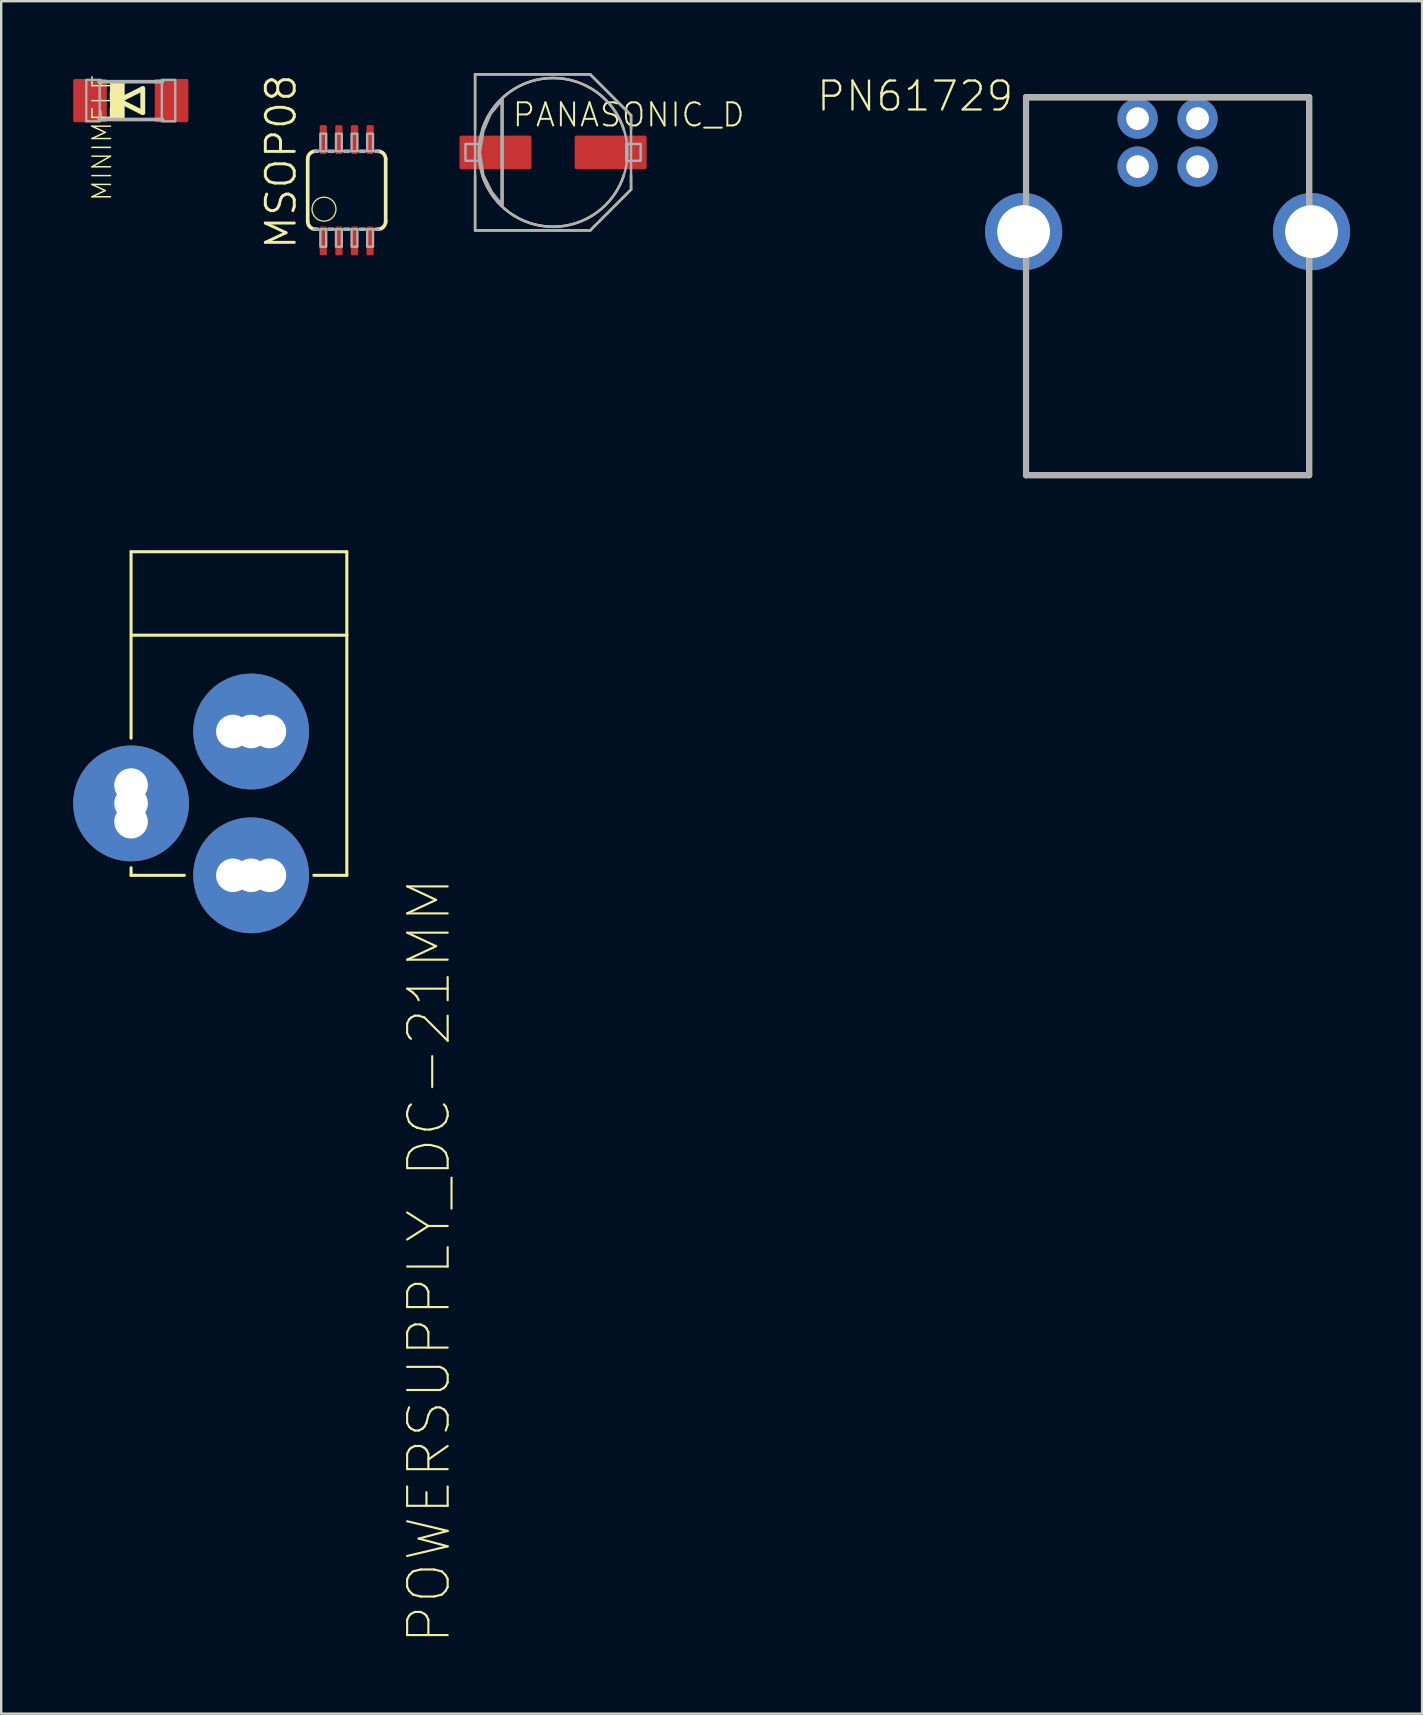
<source format=kicad_pcb>
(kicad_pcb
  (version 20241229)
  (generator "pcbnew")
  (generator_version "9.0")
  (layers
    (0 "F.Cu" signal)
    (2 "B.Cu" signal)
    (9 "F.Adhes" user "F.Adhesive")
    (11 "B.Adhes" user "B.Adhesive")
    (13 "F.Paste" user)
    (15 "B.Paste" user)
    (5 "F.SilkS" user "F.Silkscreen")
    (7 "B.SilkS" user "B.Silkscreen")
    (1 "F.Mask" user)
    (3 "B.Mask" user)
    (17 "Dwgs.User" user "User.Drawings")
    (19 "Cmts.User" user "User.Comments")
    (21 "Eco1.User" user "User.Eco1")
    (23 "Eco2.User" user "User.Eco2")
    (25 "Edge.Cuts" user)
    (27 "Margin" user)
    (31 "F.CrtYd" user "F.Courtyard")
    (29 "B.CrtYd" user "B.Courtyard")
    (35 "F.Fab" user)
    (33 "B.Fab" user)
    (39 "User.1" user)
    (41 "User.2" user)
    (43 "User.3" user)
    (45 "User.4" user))
  (footprint "PANASONIC_D"
    (layer "F.Cu")
    (at 20.001 3.301)
    (property "Reference" "PANASONIC_D" (at -1.75 -1 0) (layer "F.SilkS") (effects (font (size 0.965 0.965) (thickness 0.081)) (justify left bottom)))
    (attr through_hole)
    (fp_line (start -3.25 -3.25) (end 1.55 -3.25) (stroke (width 0.102) (type solid)) (layer "F.SilkS"))
    (fp_line (start -3.25 -0.95) (end -3.25 -3.25) (stroke (width 0.102) (type solid)) (layer "F.SilkS"))
    (fp_line (start -3.25 3.25) (end -3.25 0.95) (stroke (width 0.102) (type solid)) (layer "F.SilkS"))
    (fp_line (start 1.55 -3.25) (end 3.25 -1.55) (stroke (width 0.102) (type solid)) (layer "F.SilkS"))
    (fp_line (start 1.55 3.25) (end -3.25 3.25) (stroke (width 0.102) (type solid)) (layer "F.SilkS"))
    (fp_line (start 3.25 -1.55) (end 3.25 -0.95) (stroke (width 0.102) (type solid)) (layer "F.SilkS"))
    (fp_line (start 3.25 0.95) (end 3.25 1.55) (stroke (width 0.102) (type solid)) (layer "F.SilkS"))
    (fp_line (start 3.25 1.55) (end 1.55 3.25) (stroke (width 0.102) (type solid)) (layer "F.SilkS"))
    (fp_arc (start -2.95 -0.95) (mid 0 -3.099193) (end 2.95 -0.95) (stroke (width 0.1016) (type solid)) (layer "F.SilkS"))
    (fp_arc (start 2.95 0.95) (mid 0 3.099193) (end -2.95 0.95) (stroke (width 0.1016) (type solid)) (layer "F.SilkS"))
    (fp_line (start -3.25 -3.25) (end 1.55 -3.25) (stroke (width 0.102) (type solid)) (layer "F.Fab"))
    (fp_line (start -3.25 3.25) (end -3.25 -3.25) (stroke (width 0.102) (type solid)) (layer "F.Fab"))
    (fp_line (start -2.1 -2.25) (end -2.1 2.2) (stroke (width 0.102) (type solid)) (layer "F.Fab"))
    (fp_line (start 1.55 -3.25) (end 3.25 -1.55) (stroke (width 0.102) (type solid)) (layer "F.Fab"))
    (fp_line (start 1.55 3.25) (end -3.25 3.25) (stroke (width 0.102) (type solid)) (layer "F.Fab"))
    (fp_line (start 3.25 -1.55) (end 3.25 1.55) (stroke (width 0.102) (type solid)) (layer "F.Fab"))
    (fp_line (start 3.25 1.55) (end 1.55 3.25) (stroke (width 0.102) (type solid)) (layer "F.Fab"))
    (fp_circle (center 0 0) (end 3.1 0) (stroke (width 0.102) (type solid)) (fill no) (layer "F.Fab"))
    (fp_poly (pts (xy -3.65 0.35) (xy -3.05 0.35) (xy -3.05 -0.35) (xy -3.65 -0.35)) (stroke (width 0.1) (type solid)) (fill no) (layer "F.Fab"))
    (fp_poly (pts (xy 3.05 0.35) (xy 3.65 0.35) (xy 3.65 -0.35) (xy 3.05 -0.35)) (stroke (width 0.1) (type solid)) (fill no) (layer "F.Fab"))
    (fp_poly (pts (xy -2.15 -2.15) (xy -2.6 -1.6) (xy -2.9 -0.9) (xy -3.05 0) (xy -2.9 0.95) (xy -2.55 1.65) (xy -2.15 2.15) (xy -2.15 -2.1)) (stroke (width 0.1) (type solid)) (fill no) (layer "F.Fab"))
    (pad "+" smd roundrect (at 2.4 0) (size 3 1.4) (layers "F.Cu" "F.Mask" "F.Paste") (roundrect_rratio 0.05))
    (pad "-" smd roundrect (at -2.4 0) (size 3 1.4) (layers "F.Cu" "F.Mask" "F.Paste") (roundrect_rratio 0.05)))
  (footprint "POWERSUPPLY_DC-21MM"
    (layer "F.Cu")
    (at 7.493 27.082)
    (property "Reference" "POWERSUPPLY_DC-21MM" (at 6.35 6.35 90) (layer "F.SilkS") (effects (font (size 1.689 1.689) (thickness 0.089)) (justify right top)))
    (attr through_hole)
    (fp_line (start -5.08 -7.137) (end -5.08 0.635) (stroke (width 0.127) (type solid)) (layer "F.SilkS"))
    (fp_line (start -5.08 6.35) (end -5.08 6.032) (stroke (width 0.127) (type solid)) (layer "F.SilkS"))
    (fp_line (start -5.055 -3.658) (end 3.912 -3.658) (stroke (width 0.127) (type solid)) (layer "F.SilkS"))
    (fp_line (start -2.857 6.35) (end -5.08 6.35) (stroke (width 0.127) (type solid)) (layer "F.SilkS"))
    (fp_line (start 2.54 6.35) (end 3.912 6.35) (stroke (width 0.127) (type solid)) (layer "F.SilkS"))
    (fp_line (start 3.912 -7.137) (end -5.08 -7.137) (stroke (width 0.127) (type solid)) (layer "F.SilkS"))
    (fp_line (start 3.912 -3.658) (end 3.912 -7.137) (stroke (width 0.127) (type solid)) (layer "F.SilkS"))
    (fp_line (start 3.912 6.35) (end 3.912 -3.658) (stroke (width 0.127) (type solid)) (layer "F.SilkS"))
    (pad "1" thru_hole circle (at -5.08 3.353) (size 4.826 4.826) (drill 1.4) (layers "*.Cu" "*.Mask"))
    (pad "2" thru_hole circle (at -0.076 6.35) (size 4.826 4.826) (drill 1.4) (layers "*.Cu" "*.Mask"))
    (pad "3" thru_hole circle (at -0.076 0.356) (size 4.826 4.826) (drill 1.4) (layers "*.Cu" "*.Mask"))
    (pad "4" thru_hole circle (at -5.08 4.115) (size 2.1 2.1) (drill 1.4) (layers "*.Cu" "*.Mask"))
    (pad "5" thru_hole circle (at -5.08 2.591) (size 2.1 2.1) (drill 1.4) (layers "*.Cu" "*.Mask"))
    (pad "6" thru_hole circle (at -0.838 0.356) (size 2.1 2.1) (drill 1.4) (layers "*.Cu" "*.Mask"))
    (pad "7" thru_hole circle (at 0.686 0.356) (size 2.1 2.1) (drill 1.4) (layers "*.Cu" "*.Mask"))
    (pad "8" thru_hole circle (at -0.838 6.35) (size 2.1 2.1) (drill 1.4) (layers "*.Cu" "*.Mask"))
    (pad "9" thru_hole circle (at 0.686 6.35) (size 2.1 2.1) (drill 1.4) (layers "*.Cu" "*.Mask")))
  (footprint "MSOP08"
    (layer "F.Cu")
    (at 11.4 4.877)
    (property "Reference" "MSOP08" (at -2.032 2.54 270) (layer "F.SilkS") (effects (font (size 1.206 1.206) (thickness 0.121)) (justify left bottom)))
    (attr through_hole)
    (fp_line (start -1.626 1.301) (end -1.626 -1.299) (stroke (width 0.152) (type solid)) (layer "F.SilkS"))
    (fp_line (start 1.624 -1.299) (end 1.624 1.301) (stroke (width 0.152) (type solid)) (layer "F.SilkS"))
    (fp_arc (start -1.626 -1.299) (mid -1.53081 -1.52881) (end -1.301 -1.624) (stroke (width 0.1524) (type solid)) (layer "F.SilkS"))
    (fp_arc (start -1.301 1.626) (mid -1.53081 1.53081) (end -1.626 1.301) (stroke (width 0.1524) (type solid)) (layer "F.SilkS"))
    (fp_arc (start 1.299 -1.624) (mid 1.52881 -1.52881) (end 1.624 -1.299) (stroke (width 0.1524) (type solid)) (layer "F.SilkS"))
    (fp_arc (start 1.624 1.301) (mid 1.52881 1.53081) (end 1.299 1.626) (stroke (width 0.1524) (type solid)) (layer "F.SilkS"))
    (fp_circle (center -0.946 0.791) (end -0.446 0.791) (stroke (width 0.051) (type solid)) (fill no) (layer "F.SilkS"))
    (fp_line (start -1.341 1.626) (end -1.204 1.626) (stroke (width 0.152) (type solid)) (layer "F.Fab"))
    (fp_line (start -1.301 -1.624) (end -1.204 -1.624) (stroke (width 0.152) (type solid)) (layer "F.Fab"))
    (fp_line (start -0.747 -1.624) (end -0.554 -1.624) (stroke (width 0.152) (type solid)) (layer "F.Fab"))
    (fp_line (start -0.747 1.626) (end -0.554 1.626) (stroke (width 0.152) (type solid)) (layer "F.Fab"))
    (fp_line (start -0.097 -1.624) (end 0.096 -1.624) (stroke (width 0.152) (type solid)) (layer "F.Fab"))
    (fp_line (start -0.097 1.626) (end 0.096 1.626) (stroke (width 0.152) (type solid)) (layer "F.Fab"))
    (fp_line (start 0.553 -1.624) (end 0.746 -1.624) (stroke (width 0.152) (type solid)) (layer "F.Fab"))
    (fp_line (start 0.553 1.626) (end 0.746 1.626) (stroke (width 0.152) (type solid)) (layer "F.Fab"))
    (fp_line (start 1.203 -1.624) (end 1.299 -1.624) (stroke (width 0.152) (type solid)) (layer "F.Fab"))
    (fp_line (start 1.203 1.626) (end 1.299 1.626) (stroke (width 0.152) (type solid)) (layer "F.Fab"))
    (fp_poly (pts (xy -1.097 -1.624) (xy -0.854 -1.624) (xy -0.854 -2.356) (xy -1.097 -2.356)) (stroke (width 0.1) (type solid)) (fill no) (layer "F.Fab"))
    (fp_poly (pts (xy -1.097 2.357) (xy -0.854 2.357) (xy -0.854 1.626) (xy -1.097 1.626)) (stroke (width 0.1) (type solid)) (fill no) (layer "F.Fab"))
    (fp_poly (pts (xy -0.448 -1.624) (xy -0.204 -1.624) (xy -0.204 -2.356) (xy -0.448 -2.356)) (stroke (width 0.1) (type solid)) (fill no) (layer "F.Fab"))
    (fp_poly (pts (xy -0.448 2.357) (xy -0.204 2.357) (xy -0.204 1.626) (xy -0.448 1.626)) (stroke (width 0.1) (type solid)) (fill no) (layer "F.Fab"))
    (fp_poly (pts (xy 0.203 -1.624) (xy 0.446 -1.624) (xy 0.446 -2.356) (xy 0.203 -2.356)) (stroke (width 0.1) (type solid)) (fill no) (layer "F.Fab"))
    (fp_poly (pts (xy 0.203 2.357) (xy 0.446 2.357) (xy 0.446 1.626) (xy 0.203 1.626)) (stroke (width 0.1) (type solid)) (fill no) (layer "F.Fab"))
    (fp_poly (pts (xy 0.853 -1.624) (xy 1.096 -1.624) (xy 1.096 -2.356) (xy 0.853 -2.356)) (stroke (width 0.1) (type solid)) (fill no) (layer "F.Fab"))
    (fp_poly (pts (xy 0.853 2.357) (xy 1.096 2.357) (xy 1.096 1.626) (xy 0.853 1.626)) (stroke (width 0.1) (type solid)) (fill no) (layer "F.Fab"))
    (pad "1" smd roundrect (at -0.976 2.113) (size 0.3 1.2) (layers "F.Cu" "F.Mask" "F.Paste") (roundrect_rratio 0.169))
    (pad "2" smd roundrect (at -0.326 2.113) (size 0.3 1.2) (layers "F.Cu" "F.Mask" "F.Paste") (roundrect_rratio 0.169))
    (pad "3" smd roundrect (at 0.324 2.113) (size 0.3 1.2) (layers "F.Cu" "F.Mask" "F.Paste") (roundrect_rratio 0.169))
    (pad "4" smd roundrect (at 0.974 2.113) (size 0.3 1.2) (layers "F.Cu" "F.Mask" "F.Paste") (roundrect_rratio 0.169))
    (pad "5" smd roundrect (at 0.974 -2.112) (size 0.3 1.2) (layers "F.Cu" "F.Mask" "F.Paste") (roundrect_rratio 0.169))
    (pad "6" smd roundrect (at 0.324 -2.112) (size 0.3 1.2) (layers "F.Cu" "F.Mask" "F.Paste") (roundrect_rratio 0.169))
    (pad "7" smd roundrect (at -0.326 -2.112) (size 0.3 1.2) (layers "F.Cu" "F.Mask" "F.Paste") (roundrect_rratio 0.169))
    (pad "8" smd roundrect (at -0.976 -2.112) (size 0.3 1.2) (layers "F.Cu" "F.Mask" "F.Paste") (roundrect_rratio 0.169)))
  (footprint "MINIMELF"
    (layer "F.Cu")
    (at 2.4 1.143)
    (property "Reference" "MINIMELF" (at -1.651 -1.143 270) (layer "F.SilkS") (effects (font (size 0.772 0.772) (thickness 0.062)) (justify right top)))
    (attr through_hole)
    (fp_line (start -0.5 0) (end 0.5 0.5) (stroke (width 0.203) (type solid)) (layer "F.SilkS"))
    (fp_line (start 0.5 -0.5) (end -0.5 0) (stroke (width 0.203) (type solid)) (layer "F.SilkS"))
    (fp_line (start 0.5 0.5) (end 0.5 -0.5) (stroke (width 0.203) (type solid)) (layer "F.SilkS"))
    (fp_poly (pts (xy -0.864 0.787) (xy -0.254 0.787) (xy -0.254 -0.787) (xy -0.864 -0.787)) (stroke (width 0) (type solid)) (fill yes) (layer "F.SilkS"))
    (fp_line (start 1.321 -0.787) (end -1.321 -0.787) (stroke (width 0.152) (type solid)) (layer "F.Fab"))
    (fp_line (start 1.321 0.787) (end -1.321 0.787) (stroke (width 0.152) (type solid)) (layer "F.Fab"))
    (fp_poly (pts (xy -1.854 0.864) (xy -1.295 0.864) (xy -1.295 -0.864) (xy -1.854 -0.864)) (stroke (width 0.1) (type solid)) (fill no) (layer "F.Fab"))
    (fp_poly (pts (xy 1.295 0.864) (xy 1.854 0.864) (xy 1.854 -0.864) (xy 1.295 -0.864)) (stroke (width 0.1) (type solid)) (fill no) (layer "F.Fab"))
    (pad "A" smd roundrect (at 1.7 0) (size 1.4 1.8) (layers "F.Cu" "F.Mask" "F.Paste") (roundrect_rratio 0.05))
    (pad "C" smd roundrect (at -1.7 0) (size 1.4 1.8) (layers "F.Cu" "F.Mask" "F.Paste") (roundrect_rratio 0.05)))
  (footprint "PN61729"
    (layer "F.Cu")
    (at 45.613 6.604)
    (property "Reference" "PN61729" (at -6.35 -6.35 180) (layer "F.SilkS") (effects (font (size 1.206 1.206) (thickness 0.097)) (justify right top)))
    (attr through_hole)
    (fp_line (start -5.9 -5.6) (end -5.9 10.15) (stroke (width 0.254) (type solid)) (layer "F.SilkS"))
    (fp_line (start -5.9 10.15) (end 5.9 10.15) (stroke (width 0.254) (type solid)) (layer "F.SilkS"))
    (fp_line (start 5.9 -5.6) (end -5.9 -5.6) (stroke (width 0.254) (type solid)) (layer "F.SilkS"))
    (fp_line (start 5.9 10.15) (end 5.9 -5.6) (stroke (width 0.254) (type solid)) (layer "F.SilkS"))
    (fp_line (start -5.9 -5.6) (end -5.9 10.15) (stroke (width 0.254) (type solid)) (layer "F.Fab"))
    (fp_line (start -5.9 10.15) (end 5.9 10.15) (stroke (width 0.254) (type solid)) (layer "F.Fab"))
    (fp_line (start 5.9 -5.6) (end -5.9 -5.6) (stroke (width 0.254) (type solid)) (layer "F.Fab"))
    (fp_line (start 5.9 10.15) (end 5.9 -5.6) (stroke (width 0.254) (type solid)) (layer "F.Fab"))
    (pad "1" thru_hole circle (at 1.25 -4.71) (size 1.676 1.676) (drill 0.95) (layers "*.Cu" "*.Mask"))
    (pad "2" thru_hole circle (at -1.25 -4.71) (size 1.676 1.676) (drill 0.95) (layers "*.Cu" "*.Mask"))
    (pad "3" thru_hole circle (at -1.25 -2.71) (size 1.676 1.676) (drill 0.95) (layers "*.Cu" "*.Mask"))
    (pad "4" thru_hole circle (at 1.25 -2.71) (size 1.676 1.676) (drill 0.95) (layers "*.Cu" "*.Mask"))
    (pad "P$1" thru_hole circle (at -6 0) (size 3.216 3.216) (drill 2.2) (layers "*.Cu" "*.Mask"))
    (pad "P$2" thru_hole circle (at 6 0) (size 3.216 3.216) (drill 2.2) (layers "*.Cu" "*.Mask")))
  (gr_rect
    (start -3 -3)
    (end 56.221 68.374)
    (stroke (width 0.1) (type default))
    (fill no)
    (layer "Edge.Cuts")))
</source>
